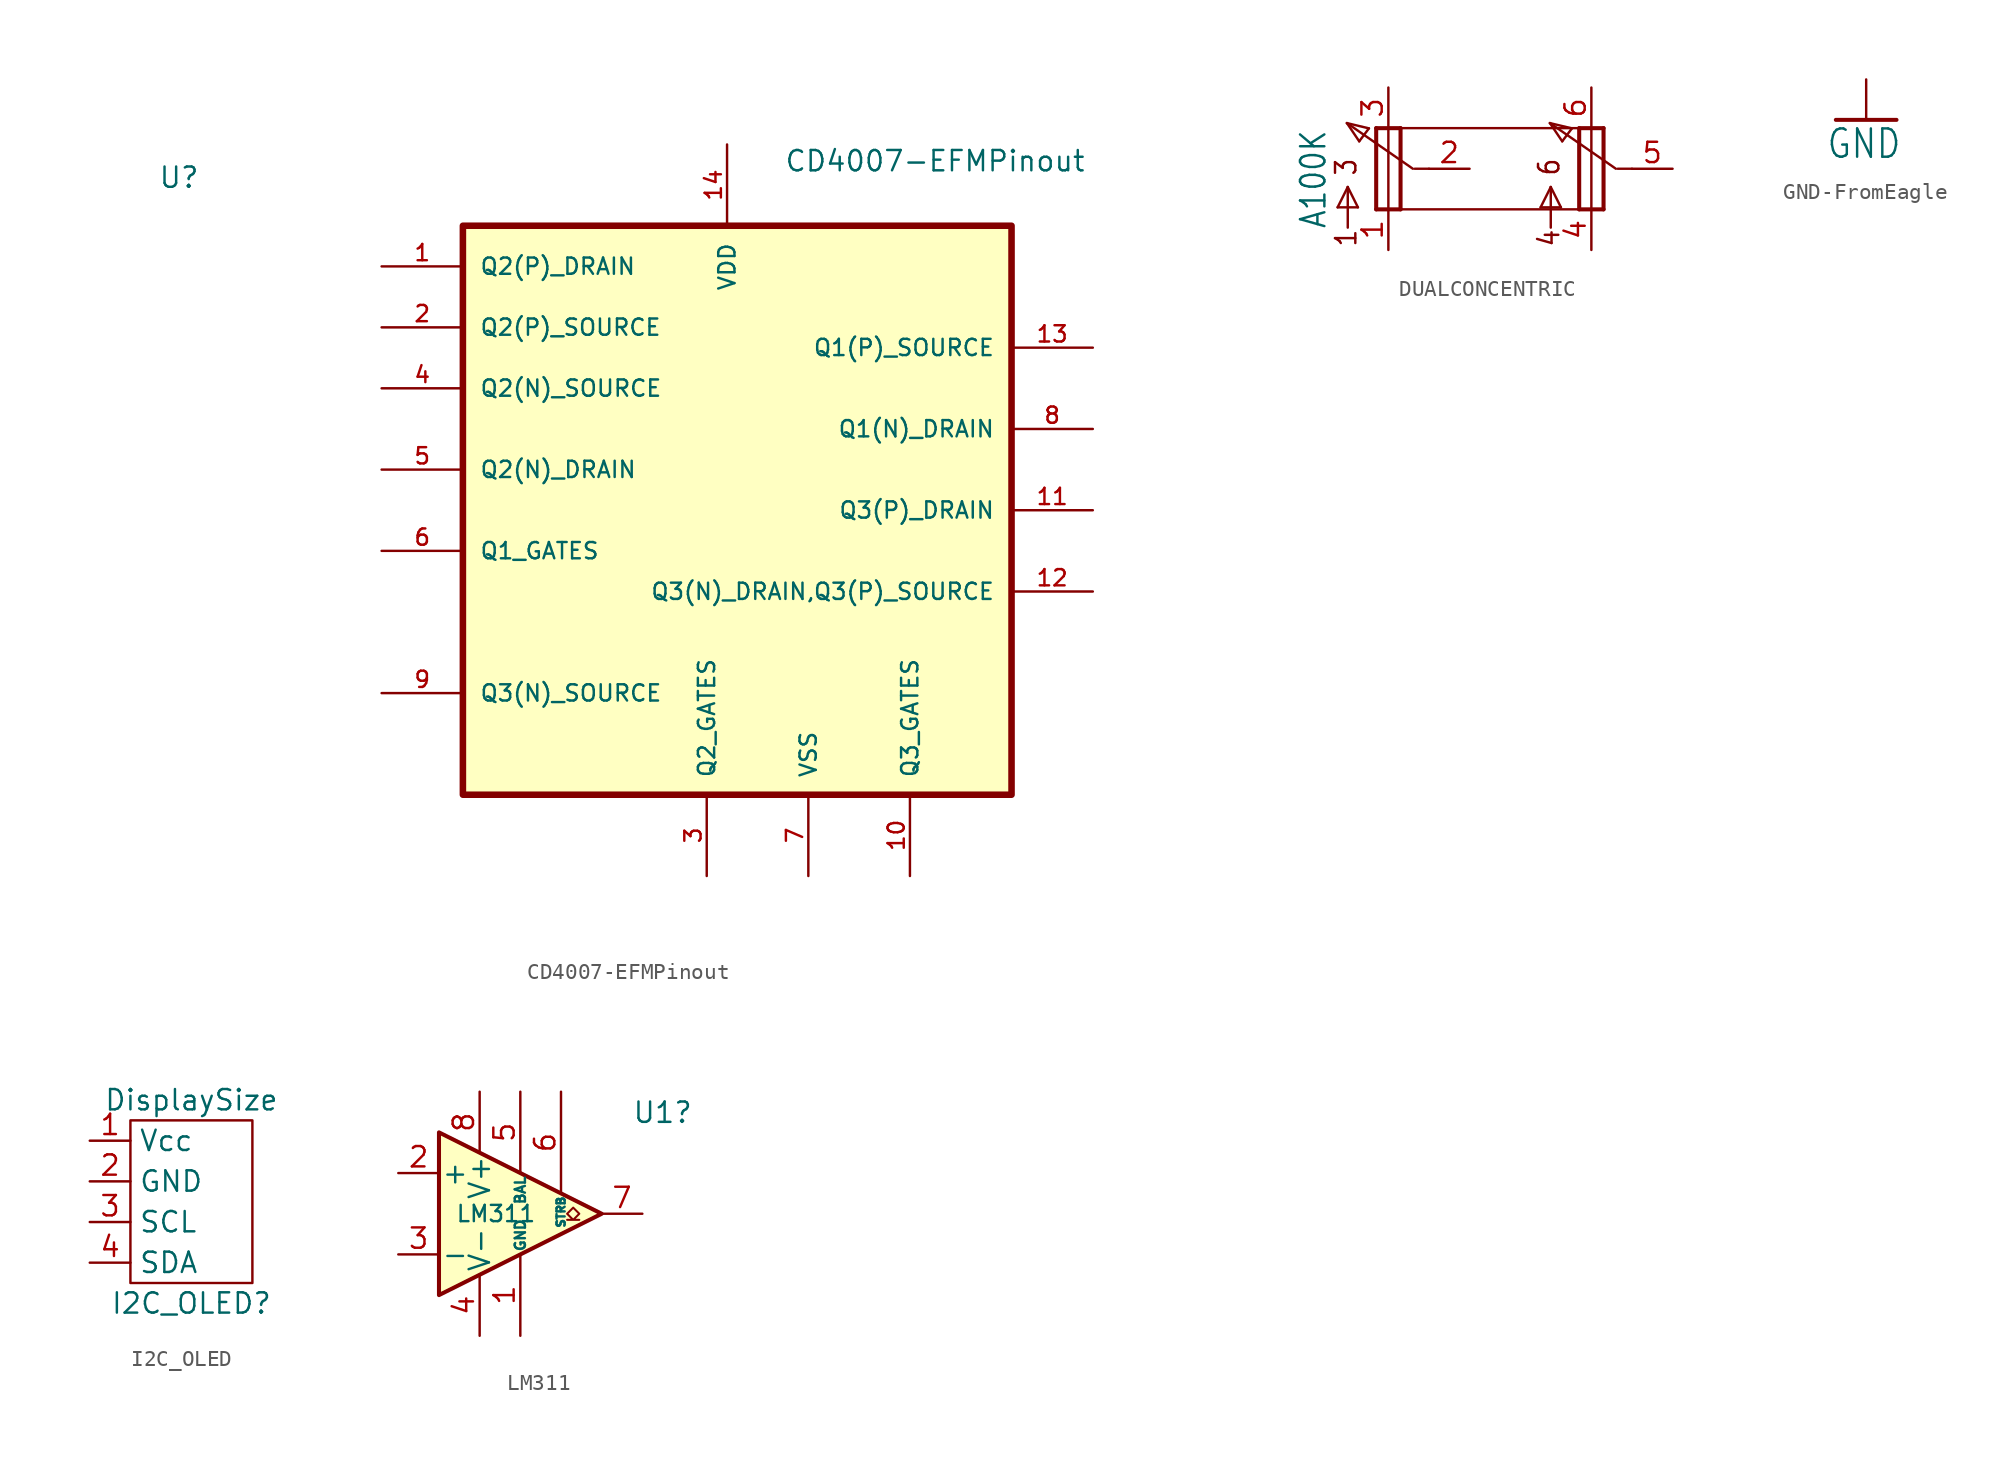
<source format=kicad_sym>
(kicad_symbol_lib
  (version 20241209)
  (generator "kicad_symbol_editor")
  (generator_version "9.0")
  (symbol "CD4007-EFMPinout"
    (pin_names
      (offset 1.016))
    (property "Reference" "U"
      (at -35.56 18.78 0)
      (effects (font (size 1.27 1.27)) (justify left bottom)))
    (property "Value" "CD4007-EFMPinout"
      (at 3.556 19.812 0)
      (effects (font (size 1.27 1.27)) (justify left bottom)))
    (symbol "CD4007-EFMPinout_0_0"
      (rectangle (start -16.51 16.51) (end 17.78 -19.05) (stroke (width 0.41) (type default)) (fill (type background)))
      (pin input line (at -21.59 10.16 0) (length 5.08) (name "Q2(P)_SOURCE" (effects (font (size 1.016 1.016)))) (number "2" (effects (font (size 1.016 1.016)))))
      (pin input line (at -21.59 6.35 0) (length 5.08) (name "Q2(N)_SOURCE" (effects (font (size 1.016 1.016)))) (number "4" (effects (font (size 1.016 1.016)))))
      (pin input line (at -21.59 -3.81 0) (length 5.08) (name "Q1_GATES" (effects (font (size 1.016 1.016)))) (number "6" (effects (font (size 1.016 1.016)))))
      (pin input line (at -21.59 -12.7 0) (length 5.08) (name "Q3(N)_SOURCE" (effects (font (size 1.016 1.016)))) (number "9" (effects (font (size 1.016 1.016)))))
      (pin input line (at -1.27 -24.13 90) (length 5.08) (name "Q2_GATES" (effects (font (size 1.016 1.016)))) (number "3" (effects (font (size 1.016 1.016)))))
      (pin power_in line (at 0 21.59 270) (length 5.08) (name "VDD" (effects (font (size 1.016 1.016)))) (number "14" (effects (font (size 1.016 1.016)))))
      (pin power_in line (at 5.08 -24.13 90) (length 5.08) (name "VSS" (effects (font (size 1.016 1.016)))) (number "7" (effects (font (size 1.016 1.016)))))
      (pin input line (at 11.43 -24.13 90) (length 5.08) (name "Q3_GATES" (effects (font (size 1.016 1.016)))) (number "10" (effects (font (size 1.016 1.016)))))
      (pin output line (at 22.86 3.81 180) (length 5.08) (name "Q1(N)_DRAIN" (effects (font (size 1.016 1.016)))) (number "8" (effects (font (size 1.016 1.016)))))
      (pin output line (at 22.86 -1.27 180) (length 5.08) (name "Q3(P)_DRAIN" (effects (font (size 1.016 1.016)))) (number "11" (effects (font (size 1.016 1.016))))))
    (symbol "CD4007-EFMPinout_1_0"
      (pin output line (at -21.59 13.97 0) (length 5.08) (name "Q2(P)_DRAIN" (effects (font (size 1.016 1.016)))) (number "1" (effects (font (size 1.016 1.016)))))
      (pin output line (at -21.59 1.27 0) (length 5.08) (name "Q2(N)_DRAIN" (effects (font (size 1.016 1.016)))) (number "5" (effects (font (size 1.016 1.016)))))
      (pin input line (at 22.86 8.89 180) (length 5.08) (name "Q1(P)_SOURCE" (effects (font (size 1.016 1.016)))) (number "13" (effects (font (size 1.016 1.016)))))
      (pin input line (at 22.86 -6.35 180) (length 5.08) (name "Q3(N)_DRAIN,Q3(P)_SOURCE" (effects (font (size 1.016 1.016)))) (number "12" (effects (font (size 1.016 1.016)))))))
  (symbol "DUALCONCENTRIC"
    (property "Reference" "VOL1-2"
      (at -5.715 -3.81 90)
      (effects (font (size 1.524 1.295)) (justify left bottom) (hide yes)))
    (property "Value" "A100K"
      (at -3.81 -3.81 90)
      (effects (font (size 1.524 1.295)) (justify left bottom)))
    (property "ki_locked" ""
      (at 0 0 0)
      (effects (font (size 1.27 1.27))))
    (symbol "DUALCONCENTRIC_1_0"
      (polyline (pts (xy -3.175 -2.413) (xy -1.905 -2.413)) (stroke (width 0.152) (type solid)) (fill (type none)))
      (polyline (pts (xy -2.594 2.857) (xy -1.824 1.716)) (stroke (width 0.152) (type solid)) (fill (type none)))
      (polyline (pts (xy -2.594 2.857) (xy -1.216 2.526)) (stroke (width 0.152) (type solid)) (fill (type none)))
      (polyline (pts (xy -2.54 -1.143) (xy -3.175 -2.413)) (stroke (width 0.152) (type solid)) (fill (type none)))
      (polyline (pts (xy -2.54 -3.683) (xy -2.54 -1.143)) (stroke (width 0.152) (type solid)) (fill (type none)))
      (polyline (pts (xy -1.905 -2.413) (xy -2.54 -1.143)) (stroke (width 0.152) (type solid)) (fill (type none)))
      (polyline (pts (xy -1.216 2.526) (xy -1.824 1.716)) (stroke (width 0.152) (type solid)) (fill (type none)))
      (polyline (pts (xy -0.762 2.54) (xy -0.762 -2.54)) (stroke (width 0.254) (type solid)) (fill (type none)))
      (polyline (pts (xy -0.762 -2.54) (xy 0.762 -2.54)) (stroke (width 0.254) (type solid)) (fill (type none)))
      (polyline (pts (xy 0 2.54) (xy 12.7 2.54)) (stroke (width 0.152) (type solid)) (fill (type none)))
      (polyline (pts (xy 0 -2.54) (xy 0 2.54)) (stroke (width 0.152) (type solid)) (fill (type none)))
      (polyline (pts (xy 0.762 2.54) (xy -0.762 2.54)) (stroke (width 0.254) (type solid)) (fill (type none)))
      (polyline (pts (xy 0.762 -2.54) (xy 0.762 2.54)) (stroke (width 0.254) (type solid)) (fill (type none)))
      (polyline (pts (xy 1.533 0) (xy -2.594 2.857)) (stroke (width 0.152) (type solid)) (fill (type none)))
      (polyline (pts (xy 2.54 0) (xy 1.651 0)) (stroke (width 0.152) (type solid)) (fill (type none)))
      (polyline (pts (xy 9.525 -2.413) (xy 10.795 -2.413)) (stroke (width 0.152) (type solid)) (fill (type none)))
      (polyline (pts (xy 10.106 2.857) (xy 10.876 1.716)) (stroke (width 0.152) (type solid)) (fill (type none)))
      (polyline (pts (xy 10.106 2.857) (xy 11.484 2.526)) (stroke (width 0.152) (type solid)) (fill (type none)))
      (polyline (pts (xy 10.16 -1.143) (xy 9.525 -2.413)) (stroke (width 0.152) (type solid)) (fill (type none)))
      (polyline (pts (xy 10.16 -3.683) (xy 10.16 -1.143)) (stroke (width 0.152) (type solid)) (fill (type none)))
      (polyline (pts (xy 10.795 -2.413) (xy 10.16 -1.143)) (stroke (width 0.152) (type solid)) (fill (type none)))
      (polyline (pts (xy 11.484 2.526) (xy 10.876 1.716)) (stroke (width 0.152) (type solid)) (fill (type none)))
      (polyline (pts (xy 11.938 2.54) (xy 11.938 -2.54)) (stroke (width 0.254) (type solid)) (fill (type none)))
      (polyline (pts (xy 11.938 -2.54) (xy 13.462 -2.54)) (stroke (width 0.254) (type solid)) (fill (type none)))
      (polyline (pts (xy 12.7 2.54) (xy 12.7 -2.54)) (stroke (width 0.152) (type solid)) (fill (type none)))
      (polyline (pts (xy 12.7 -2.54) (xy 0 -2.54)) (stroke (width 0.152) (type solid)) (fill (type none)))
      (polyline (pts (xy 13.462 2.54) (xy 11.938 2.54)) (stroke (width 0.254) (type solid)) (fill (type none)))
      (polyline (pts (xy 13.462 -2.54) (xy 13.462 2.54)) (stroke (width 0.254) (type solid)) (fill (type none)))
      (polyline (pts (xy 14.233 0) (xy 10.106 2.857)) (stroke (width 0.152) (type solid)) (fill (type none)))
      (polyline (pts (xy 15.24 0) (xy 14.351 0)) (stroke (width 0.152) (type solid)) (fill (type none)))
      (text "3" (at -1.905 -0.508 900) (effects (font (size 1.27 1.079)) (justify left bottom)))
      (text "1" (at -1.905 -4.953 900) (effects (font (size 1.27 1.079)) (justify left bottom)))
      (text "6" (at 10.795 -0.508 900) (effects (font (size 1.27 1.079)) (justify left bottom)))
      (text "4" (at 10.795 -4.953 900) (effects (font (size 1.27 1.079)) (justify left bottom)))
      (pin passive line (at 0 5.08 270) (length 2.54) (name "3" (effects (font (size 0 0)))) (number "3" (effects (font (size 1.27 1.27)))))
      (pin passive line (at 0 -5.08 90) (length 2.54) (name "1" (effects (font (size 0 0)))) (number "1" (effects (font (size 1.27 1.27)))))
      (pin passive line (at 5.08 0 180) (length 2.54) (name "2" (effects (font (size 0 0)))) (number "2" (effects (font (size 1.27 1.27)))))
      (pin passive line (at 12.7 5.08 270) (length 2.54) (name "6" (effects (font (size 0 0)))) (number "6" (effects (font (size 1.27 1.27)))))
      (pin passive line (at 12.7 -5.08 90) (length 2.54) (name "5" (effects (font (size 0 0)))) (number "4" (effects (font (size 1.27 1.27)))))
      (pin passive line (at 17.78 0 180) (length 2.54) (name "7" (effects (font (size 0 0)))) (number "5" (effects (font (size 1.27 1.27)))))))
  (symbol "GND-FromEagle"
    (power)
    (property "Reference" "#GND08"
      (at 0 1.27 0)
      (effects (font (size 1.27 1.27)) (hide yes)))
    (property "Value" "GND"
      (at -2.54 -2.54 0)
      (effects (font (size 1.778 1.511)) (justify left bottom)))
    (property "ki_locked" ""
      (at 0 0 0)
      (effects (font (size 1.27 1.27))))
    (symbol "GND-FromEagle_1_0"
      (polyline (pts (xy -1.905 0) (xy 1.905 0)) (stroke (width 0.254) (type solid)) (fill (type none)))
      (pin power_in line (at 0 2.54 270) (length 2.54) (name "GND" (effects (font (size 0 0)))) (number "1" (effects (font (size 0 0)))))))
  (symbol "I2C_OLED"
    (property "Reference" "I2C_OLED"
      (at 0 0 0)
      (effects (font (size 1.27 1.27))))
    (property "Value" "DisplaySize"
      (at 0 12.7 0)
      (effects (font (size 1.27 1.27))))
    (symbol "I2C_OLED_0_1"
      (polyline (pts (xy -3.81 11.43) (xy -3.81 1.27) (xy 3.81 1.27) (xy 3.81 11.43) (xy -3.81 11.43)) (stroke (width 0) (type default)) (fill (type none))))
    (symbol "I2C_OLED_1_0"
      (pin power_in line (at -6.35 10.16 0) (length 2.54) (name "Vcc" (effects (font (size 1.27 1.27)))) (number "1" (effects (font (size 1.27 1.27)))))
      (pin power_in line (at -6.35 7.62 0) (length 2.54) (name "GND" (effects (font (size 1.27 1.27)))) (number "2" (effects (font (size 1.27 1.27)))))
      (pin input line (at -6.35 5.08 0) (length 2.54) (name "SCL" (effects (font (size 1.27 1.27)))) (number "3" (effects (font (size 1.27 1.27)))))
      (pin input line (at -6.35 2.54 0) (length 2.54) (name "SDA" (effects (font (size 1.27 1.27)))) (number "4" (effects (font (size 1.27 1.27)))))))
  (symbol "LM311"
    (pin_names
      (offset 0.127))
    (property "Reference" "U1"
      (at 8.89 6.319 0)
      (effects (font (size 1.27 1.27))))
    (property "Value" "LM311"
      (at -1.524 0 0)
      (effects (font (size 1.016 1.016))))
    (symbol "LM311_0_1"
      (polyline (pts (xy 3.683 -0.381) (xy 3.302 -0.381) (xy 3.683 0) (xy 3.302 0.381) (xy 2.921 0) (xy 3.302 -0.381) (xy 2.921 -0.381)) (stroke (width 0.127) (type default)) (fill (type none)))
      (polyline (pts (xy 5.08 0) (xy -5.08 5.08) (xy -5.08 -5.08) (xy 5.08 0)) (stroke (width 0.254) (type default)) (fill (type background))))
    (symbol "LM311_1_1"
      (pin input line (at -7.62 2.54 0) (length 2.54) (name "+" (effects (font (size 1.27 1.27)))) (number "2" (effects (font (size 1.27 1.27)))))
      (pin input line (at -7.62 -2.54 0) (length 2.54) (name "-" (effects (font (size 1.27 1.27)))) (number "3" (effects (font (size 1.27 1.27)))))
      (pin power_in line (at -2.54 7.62 270) (length 3.81) (name "V+" (effects (font (size 1.27 1.27)))) (number "8" (effects (font (size 1.27 1.27)))))
      (pin power_in line (at -2.54 -7.62 90) (length 3.81) (name "V-" (effects (font (size 1.27 1.27)))) (number "4" (effects (font (size 1.27 1.27)))))
      (pin input line (at 0 7.62 270) (length 5.08) (name "BAL" (effects (font (size 0.635 0.635)))) (number "5" (effects (font (size 1.27 1.27)))))
      (pin passive line (at 0 -7.62 90) (length 5.08) (name "GND" (effects (font (size 0.635 0.635)))) (number "1" (effects (font (size 1.27 1.27)))))
      (pin input line (at 2.54 7.62 270) (length 6.35) (name "STRB" (effects (font (size 0.508 0.508)))) (number "6" (effects (font (size 1.27 1.27)))))
      (pin open_collector line (at 7.62 0 180) (length 2.54) (name "~" (effects (font (size 1.27 1.27)))) (number "7" (effects (font (size 1.27 1.27))))))))
</source>
